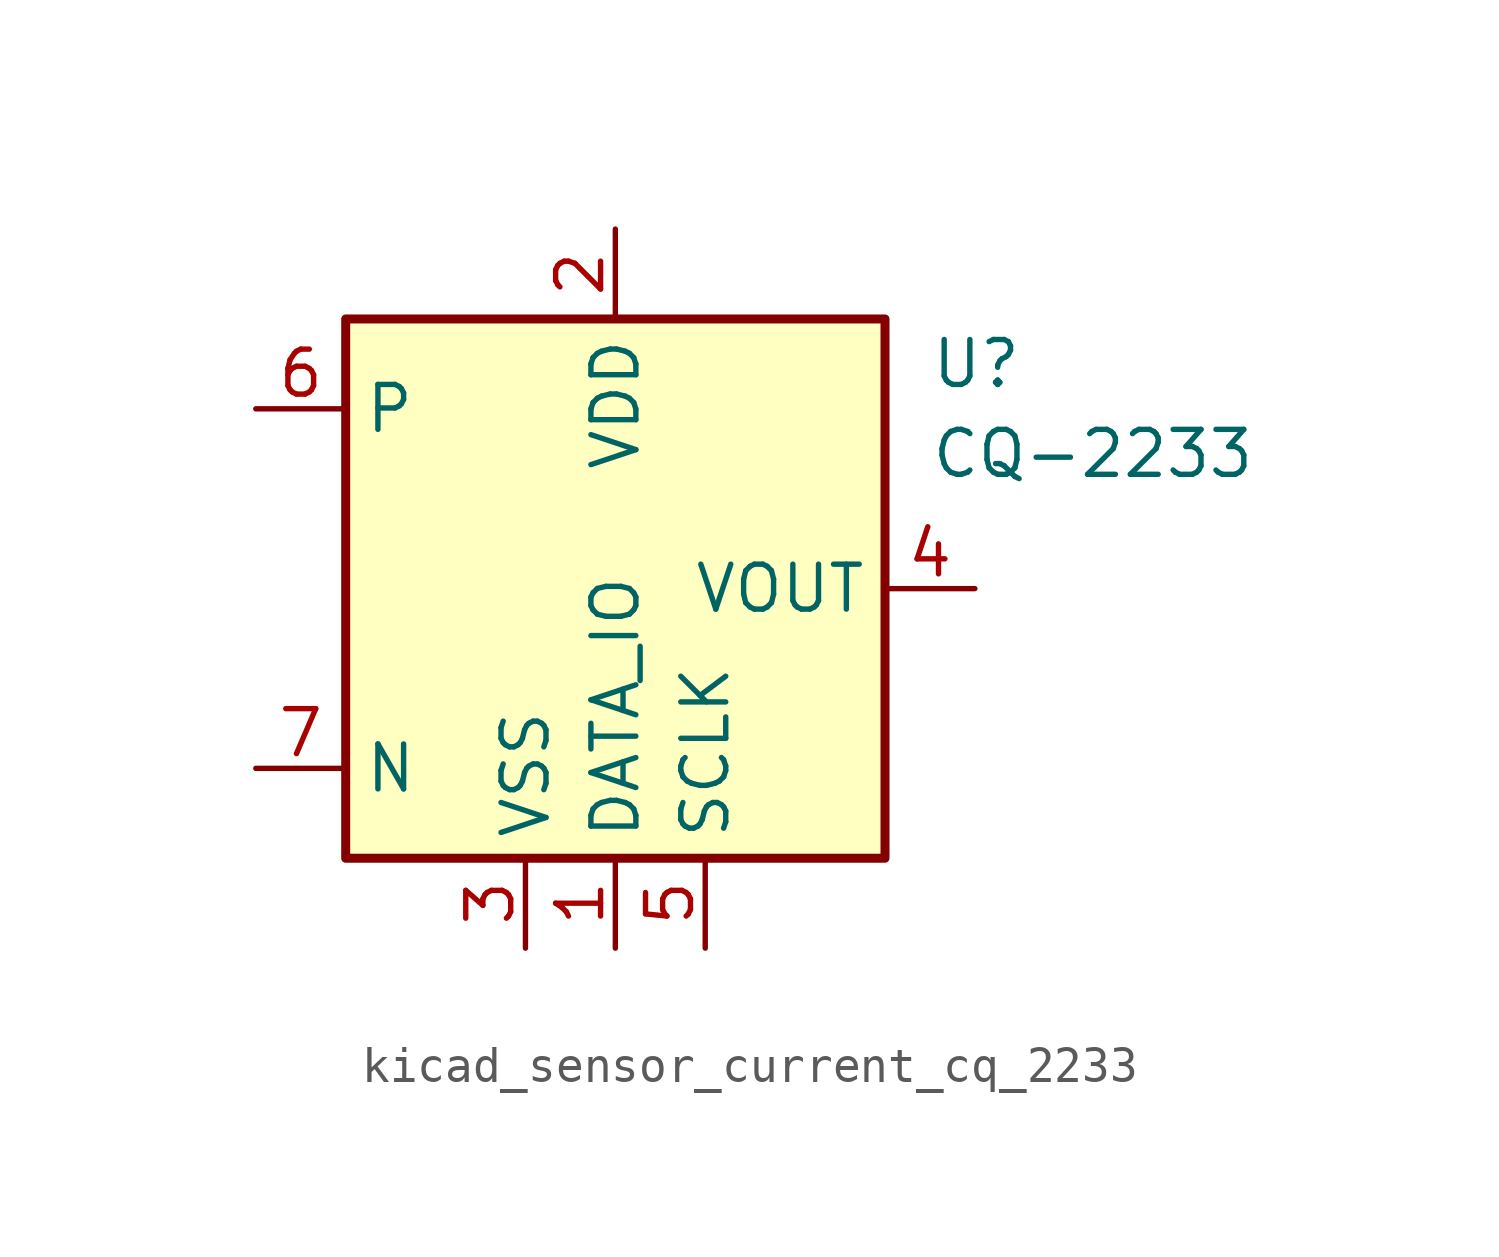
<source format=kicad_sym>
(kicad_symbol_lib
  (version 20220914)
  (generator kicad_symbol_editor)
  (symbol "kicad_sensor_current_cq_2233"
    (property "Reference" "U"
      (at 8.89 6.35 0)
      (effects (font (size 1.27 1.27)) (justify left)))
    (property "Value" "CQ-2233"
      (at 8.89 3.81 0)
      (effects (font (size 1.27 1.27)) (justify left)))
    (symbol "kicad_sensor_current_cq_2233_0_1"
      (rectangle (start -7.62 7.62) (end 7.62 -7.62) (stroke (width 0.254) (type default)) (fill (type background))))
    (symbol "kicad_sensor_current_cq_2233_1_1"
      (pin power_in line (at 0 -10.16 90) (length 2.54) (name "DATA_IO" (effects (font (size 1.27 1.27)))) (number "1" (effects (font (size 1.27 1.27)))))
      (pin power_in line (at 0 10.16 270) (length 2.54) (name "VDD" (effects (font (size 1.27 1.27)))) (number "2" (effects (font (size 1.27 1.27)))))
      (pin power_in line (at -2.54 -10.16 90) (length 2.54) (name "VSS" (effects (font (size 1.27 1.27)))) (number "3" (effects (font (size 1.27 1.27)))))
      (pin output line (at 10.16 0 180) (length 2.54) (name "VOUT" (effects (font (size 1.27 1.27)))) (number "4" (effects (font (size 1.27 1.27)))))
      (pin power_in line (at 2.54 -10.16 90) (length 2.54) (name "SCLK" (effects (font (size 1.27 1.27)))) (number "5" (effects (font (size 1.27 1.27)))))
      (pin passive line (at -10.16 5.08 0) (length 2.54) (name "P" (effects (font (size 1.27 1.27)))) (number "6" (effects (font (size 1.27 1.27)))))
      (pin passive line (at -10.16 -5.08 0) (length 2.54) (name "N" (effects (font (size 1.27 1.27)))) (number "7" (effects (font (size 1.27 1.27))))))))
</source>
